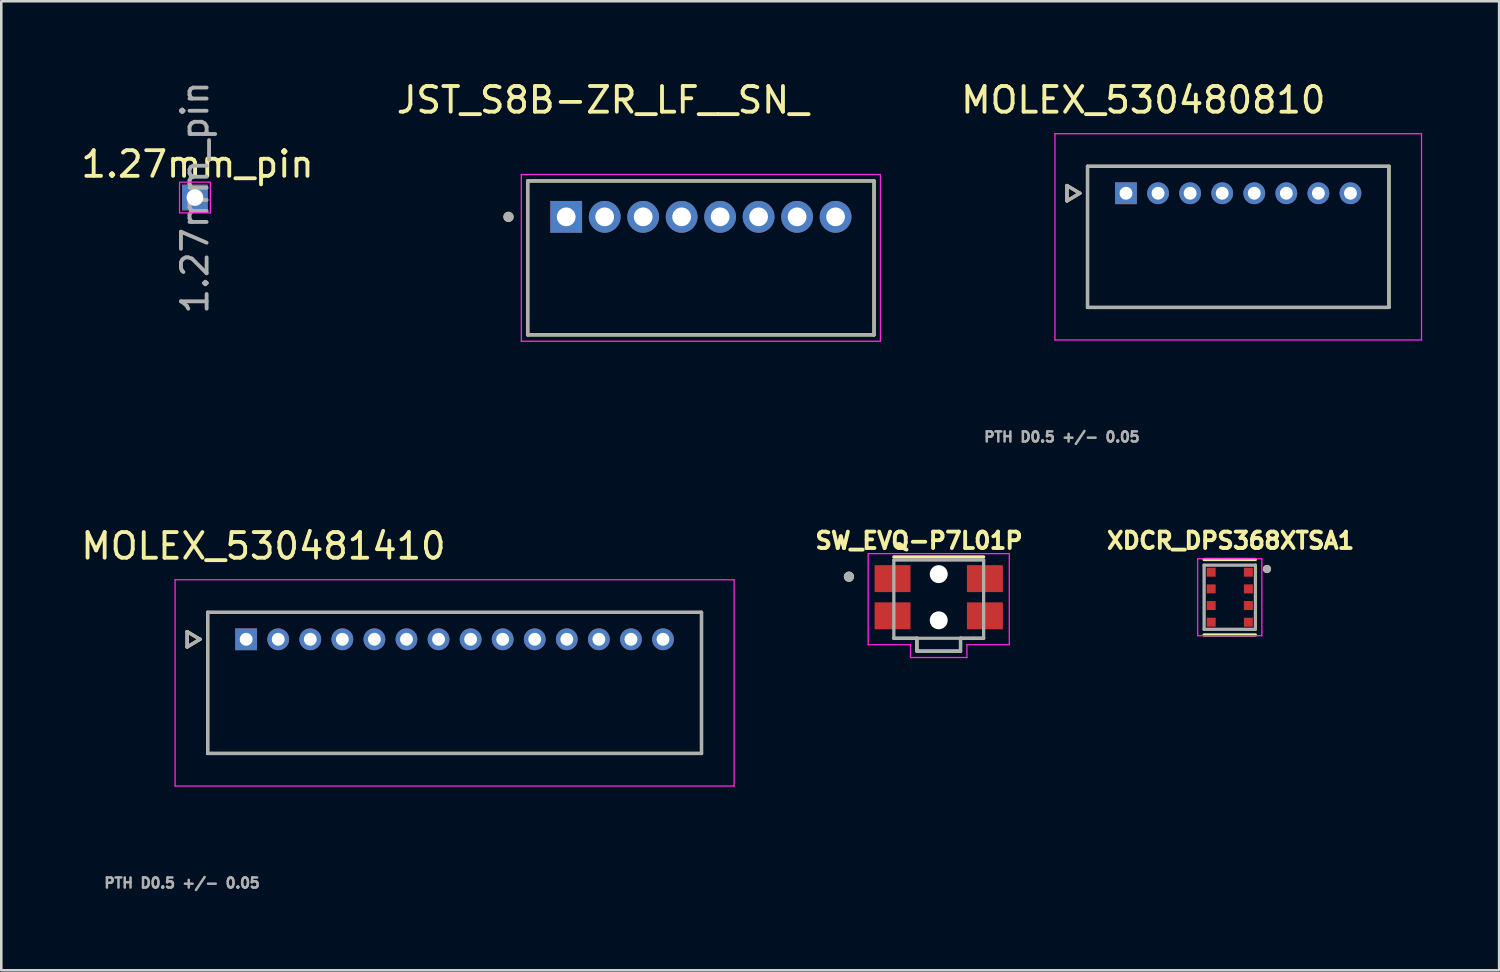
<source format=kicad_pcb>
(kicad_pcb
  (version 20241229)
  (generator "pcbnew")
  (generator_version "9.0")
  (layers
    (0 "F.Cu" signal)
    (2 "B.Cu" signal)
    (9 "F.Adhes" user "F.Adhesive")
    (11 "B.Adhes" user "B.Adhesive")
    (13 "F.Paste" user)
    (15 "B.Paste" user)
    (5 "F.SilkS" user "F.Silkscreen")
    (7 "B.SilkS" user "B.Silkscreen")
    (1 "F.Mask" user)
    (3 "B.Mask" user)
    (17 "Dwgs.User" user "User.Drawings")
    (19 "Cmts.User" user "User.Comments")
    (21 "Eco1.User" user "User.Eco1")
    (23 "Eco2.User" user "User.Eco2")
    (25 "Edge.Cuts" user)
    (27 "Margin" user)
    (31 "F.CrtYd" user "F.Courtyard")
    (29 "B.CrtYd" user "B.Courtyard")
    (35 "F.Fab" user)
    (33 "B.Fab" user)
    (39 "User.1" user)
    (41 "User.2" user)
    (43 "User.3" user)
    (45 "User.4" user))
  (footprint "SW_EVQ-P7L01P"
    (layer "F.Cu")
    (at 33.542 20.23)
    (property "Reference" "SW_EVQ-P7L01P" (at -0.768 -2.206 0) (layer "F.SilkS") (effects (font (size 0.64 0.64) (thickness 0.15))))
    (attr smd)
    (fp_line (start -1.75 -1.57) (end 1.75 -1.57) (stroke (width 0.127) (type solid)) (layer "F.SilkS"))
    (fp_line (start -1.75 1.6) (end -0.85 1.6) (stroke (width 0.127) (type solid)) (layer "F.SilkS"))
    (fp_line (start -0.85 1.6) (end -0.85 2.1) (stroke (width 0.127) (type solid)) (layer "F.SilkS"))
    (fp_line (start -0.85 2.1) (end 0.85 2.1) (stroke (width 0.127) (type solid)) (layer "F.SilkS"))
    (fp_line (start 0.85 1.6) (end 1.75 1.6) (stroke (width 0.127) (type solid)) (layer "F.SilkS"))
    (fp_line (start 0.85 2.1) (end 0.85 1.6) (stroke (width 0.127) (type solid)) (layer "F.SilkS"))
    (fp_circle (center -3.5 -0.8) (end -3.4 -0.8) (stroke (width 0.2) (type solid)) (fill no) (layer "F.SilkS"))
    (fp_line (start -2.75 -1.7) (end 2.75 -1.7) (stroke (width 0.05) (type solid)) (layer "F.CrtYd"))
    (fp_line (start -2.75 1.85) (end -2.75 -1.7) (stroke (width 0.05) (type solid)) (layer "F.CrtYd"))
    (fp_line (start -1.1 1.85) (end -2.75 1.85) (stroke (width 0.05) (type solid)) (layer "F.CrtYd"))
    (fp_line (start -1.1 2.35) (end -1.1 1.85) (stroke (width 0.05) (type solid)) (layer "F.CrtYd"))
    (fp_line (start 1.1 1.85) (end 1.1 2.35) (stroke (width 0.05) (type solid)) (layer "F.CrtYd"))
    (fp_line (start 1.1 2.35) (end -1.1 2.35) (stroke (width 0.05) (type solid)) (layer "F.CrtYd"))
    (fp_line (start 2.75 -1.7) (end 2.75 1.85) (stroke (width 0.05) (type solid)) (layer "F.CrtYd"))
    (fp_line (start 2.75 1.85) (end 1.1 1.85) (stroke (width 0.05) (type solid)) (layer "F.CrtYd"))
    (fp_line (start -1.75 -1.45) (end 1.75 -1.45) (stroke (width 0.127) (type solid)) (layer "F.Fab"))
    (fp_line (start -1.75 1.6) (end -1.75 -1.45) (stroke (width 0.127) (type solid)) (layer "F.Fab"))
    (fp_line (start -0.85 1.6) (end -1.75 1.6) (stroke (width 0.127) (type solid)) (layer "F.Fab"))
    (fp_line (start -0.85 1.6) (end -0.85 2.1) (stroke (width 0.127) (type solid)) (layer "F.Fab"))
    (fp_line (start -0.85 2.1) (end 0.85 2.1) (stroke (width 0.127) (type solid)) (layer "F.Fab"))
    (fp_line (start 0.85 1.6) (end -0.85 1.6) (stroke (width 0.127) (type solid)) (layer "F.Fab"))
    (fp_line (start 0.85 2.1) (end 0.85 1.6) (stroke (width 0.127) (type solid)) (layer "F.Fab"))
    (fp_line (start 1.75 -1.45) (end 1.75 1.6) (stroke (width 0.127) (type solid)) (layer "F.Fab"))
    (fp_line (start 1.75 1.6) (end 0.85 1.6) (stroke (width 0.127) (type solid)) (layer "F.Fab"))
    (fp_circle (center -3.5 -0.8) (end -3.4 -0.8) (stroke (width 0.2) (type solid)) (fill no) (layer "F.Fab"))
    (pad "" np_thru_hole circle (at 0 -0.9) (size 0.7 0.7) (drill 0.7) (layers "*.Cu" "*.Mask"))
    (pad "" np_thru_hole circle (at 0 0.9) (size 0.7 0.7) (drill 0.7) (layers "*.Cu" "*.Mask"))
    (pad "1_1" smd rect (at -1.8 -0.725) (size 1.4 1.05) (layers "F.Cu" "F.Mask" "F.Paste"))
    (pad "1_2" smd rect (at 1.8 -0.725) (size 1.4 1.05) (layers "F.Cu" "F.Mask" "F.Paste"))
    (pad "2_1" smd rect (at -1.8 0.725) (size 1.4 1.05) (layers "F.Cu" "F.Mask" "F.Paste"))
    (pad "2_2" smd rect (at 1.8 0.725) (size 1.4 1.05) (layers "F.Cu" "F.Mask" "F.Paste")))
  (footprint "JST_S8B-ZR_LF__SN_"
    (layer "F.Cu")
    (at 24.271 7.003)
    (property "Reference" "JST_S8B-ZR_LF__SN_" (at -3.825 -6.155 0) (layer "F.SilkS") (effects (font (size 1 1) (thickness 0.15))))
    (attr through_hole)
    (fp_line (start -6.75 -3) (end -6.75 3) (stroke (width 0.127) (type solid)) (layer "F.SilkS"))
    (fp_line (start -6.75 3) (end 6.75 3) (stroke (width 0.127) (type solid)) (layer "F.SilkS"))
    (fp_line (start 6.75 -3) (end -6.75 -3) (stroke (width 0.127) (type solid)) (layer "F.SilkS"))
    (fp_line (start 6.75 3) (end 6.75 -3) (stroke (width 0.127) (type solid)) (layer "F.SilkS"))
    (fp_circle (center -7.5 -1.6) (end -7.4 -1.6) (stroke (width 0.2) (type solid)) (fill no) (layer "F.SilkS"))
    (fp_line (start -7 -3.25) (end -7 3.25) (stroke (width 0.05) (type solid)) (layer "F.CrtYd"))
    (fp_line (start -7 3.25) (end 7 3.25) (stroke (width 0.05) (type solid)) (layer "F.CrtYd"))
    (fp_line (start 7 -3.25) (end -7 -3.25) (stroke (width 0.05) (type solid)) (layer "F.CrtYd"))
    (fp_line (start 7 3.25) (end 7 -3.25) (stroke (width 0.05) (type solid)) (layer "F.CrtYd"))
    (fp_line (start -6.75 -3) (end -6.75 3) (stroke (width 0.127) (type solid)) (layer "F.Fab"))
    (fp_line (start -6.75 3) (end 6.75 3) (stroke (width 0.127) (type solid)) (layer "F.Fab"))
    (fp_line (start 6.75 -3) (end -6.75 -3) (stroke (width 0.127) (type solid)) (layer "F.Fab"))
    (fp_line (start 6.75 3) (end 6.75 -3) (stroke (width 0.127) (type solid)) (layer "F.Fab"))
    (fp_circle (center -7.5 -1.6) (end -7.4 -1.6) (stroke (width 0.2) (type solid)) (fill no) (layer "F.Fab"))
    (pad "1" thru_hole rect (at -5.25 -1.6) (size 1.238 1.238) (drill 0.73) (layers "*.Cu" "*.Mask"))
    (pad "2" thru_hole circle (at -3.75 -1.6) (size 1.238 1.238) (drill 0.73) (layers "*.Cu" "*.Mask"))
    (pad "3" thru_hole circle (at -2.25 -1.6) (size 1.238 1.238) (drill 0.73) (layers "*.Cu" "*.Mask"))
    (pad "4" thru_hole circle (at -0.75 -1.6) (size 1.238 1.238) (drill 0.73) (layers "*.Cu" "*.Mask"))
    (pad "5" thru_hole circle (at 0.75 -1.6) (size 1.238 1.238) (drill 0.73) (layers "*.Cu" "*.Mask"))
    (pad "6" thru_hole circle (at 2.25 -1.6) (size 1.238 1.238) (drill 0.73) (layers "*.Cu" "*.Mask"))
    (pad "7" thru_hole circle (at 3.75 -1.6) (size 1.238 1.238) (drill 0.73) (layers "*.Cu" "*.Mask"))
    (pad "8" thru_hole circle (at 5.25 -1.6) (size 1.238 1.238) (drill 0.73) (layers "*.Cu" "*.Mask")))
  (footprint "XDCR_DPS368XTSA1"
    (layer "F.Cu")
    (at 44.887 20.23)
    (property "Reference" "XDCR_DPS368XTSA1" (at 0.032 -2.206 0) (layer "F.SilkS") (effects (font (size 0.64 0.64) (thickness 0.15))))
    (attr smd)
    (fp_line (start -1 -1.47) (end 1 -1.47) (stroke (width 0.127) (type solid)) (layer "F.SilkS"))
    (fp_line (start -1 1.47) (end 1 1.47) (stroke (width 0.127) (type solid)) (layer "F.SilkS"))
    (fp_circle (center 1.45 -1.1) (end 1.53 -1.1) (stroke (width 0.16) (type solid)) (fill no) (layer "F.SilkS"))
    (fp_circle (center -0.725 -0.975) (end -0.637 -0.975) (stroke (width 0.175) (type solid)) (fill no) (layer "F.Paste"))
    (fp_circle (center -0.725 -0.325) (end -0.637 -0.325) (stroke (width 0.175) (type solid)) (fill no) (layer "F.Paste"))
    (fp_circle (center -0.725 0.325) (end -0.637 0.325) (stroke (width 0.175) (type solid)) (fill no) (layer "F.Paste"))
    (fp_circle (center -0.725 0.975) (end -0.637 0.975) (stroke (width 0.175) (type solid)) (fill no) (layer "F.Paste"))
    (fp_circle (center 0.725 -0.975) (end 0.812 -0.975) (stroke (width 0.175) (type solid)) (fill no) (layer "F.Paste"))
    (fp_circle (center 0.725 -0.325) (end 0.812 -0.325) (stroke (width 0.175) (type solid)) (fill no) (layer "F.Paste"))
    (fp_circle (center 0.725 0.325) (end 0.812 0.325) (stroke (width 0.175) (type solid)) (fill no) (layer "F.Paste"))
    (fp_circle (center 0.725 0.975) (end 0.812 0.975) (stroke (width 0.175) (type solid)) (fill no) (layer "F.Paste"))
    (fp_line (start -1.25 -1.5) (end 1.25 -1.5) (stroke (width 0.05) (type solid)) (layer "F.CrtYd"))
    (fp_line (start -1.25 1.5) (end -1.25 -1.5) (stroke (width 0.05) (type solid)) (layer "F.CrtYd"))
    (fp_line (start 1.25 -1.5) (end 1.25 1.5) (stroke (width 0.05) (type solid)) (layer "F.CrtYd"))
    (fp_line (start 1.25 1.5) (end -1.25 1.5) (stroke (width 0.05) (type solid)) (layer "F.CrtYd"))
    (fp_line (start -1 -1.25) (end 1 -1.25) (stroke (width 0.127) (type solid)) (layer "F.Fab"))
    (fp_line (start -1 1.25) (end -1 -1.25) (stroke (width 0.127) (type solid)) (layer "F.Fab"))
    (fp_line (start 1 -1.25) (end 1 1.25) (stroke (width 0.127) (type solid)) (layer "F.Fab"))
    (fp_line (start 1 1.25) (end -1 1.25) (stroke (width 0.127) (type solid)) (layer "F.Fab"))
    (fp_circle (center 1.45 -1.1) (end 1.53 -1.1) (stroke (width 0.16) (type solid)) (fill no) (layer "F.Fab"))
    (pad "1" smd rect (at 0.725 -0.975) (size 0.35 0.35) (layers "F.Cu" "F.Mask"))
    (pad "2" smd rect (at 0.725 -0.325) (size 0.35 0.35) (layers "F.Cu" "F.Mask"))
    (pad "3" smd rect (at 0.725 0.325) (size 0.35 0.35) (layers "F.Cu" "F.Mask"))
    (pad "4" smd rect (at 0.725 0.975) (size 0.35 0.35) (layers "F.Cu" "F.Mask"))
    (pad "5" smd rect (at -0.725 0.975) (size 0.35 0.35) (layers "F.Cu" "F.Mask"))
    (pad "6" smd rect (at -0.725 0.325) (size 0.35 0.35) (layers "F.Cu" "F.Mask"))
    (pad "7" smd rect (at -0.725 -0.325) (size 0.35 0.35) (layers "F.Cu" "F.Mask"))
    (pad "8" smd rect (at -0.725 -0.975) (size 0.35 0.35) (layers "F.Cu" "F.Mask")))
  (footprint "MOLEX_530481410"
    (layer "F.Cu")
    (at 6.545 21.87)
    (property "Reference" "MOLEX_530481410" (at 0.675 -3.635 0) (layer "F.SilkS") (effects (font (size 1 1) (thickness 0.15))))
    (attr through_hole)
    (fp_circle (center 1.25 0) (end 1.501 0) (stroke (width 0.501) (type solid)) (fill no) (layer "F.Mask"))
    (fp_circle (center 2.5 0) (end 2.751 0) (stroke (width 0.501) (type solid)) (fill no) (layer "F.Mask"))
    (fp_circle (center 3.75 0) (end 4.001 0) (stroke (width 0.501) (type solid)) (fill no) (layer "F.Mask"))
    (fp_circle (center 5 0) (end 5.251 0) (stroke (width 0.501) (type solid)) (fill no) (layer "F.Mask"))
    (fp_circle (center 6.25 0) (end 6.501 0) (stroke (width 0.501) (type solid)) (fill no) (layer "F.Mask"))
    (fp_circle (center 7.5 0) (end 7.751 0) (stroke (width 0.501) (type solid)) (fill no) (layer "F.Mask"))
    (fp_circle (center 8.75 0) (end 9.001 0) (stroke (width 0.501) (type solid)) (fill no) (layer "F.Mask"))
    (fp_circle (center 10 0) (end 10.251 0) (stroke (width 0.501) (type solid)) (fill no) (layer "F.Mask"))
    (fp_circle (center 11.25 0) (end 11.501 0) (stroke (width 0.501) (type solid)) (fill no) (layer "F.Mask"))
    (fp_circle (center 12.5 0) (end 12.751 0) (stroke (width 0.501) (type solid)) (fill no) (layer "F.Mask"))
    (fp_circle (center 13.75 0) (end 14.001 0) (stroke (width 0.501) (type solid)) (fill no) (layer "F.Mask"))
    (fp_circle (center 15 0) (end 15.251 0) (stroke (width 0.501) (type solid)) (fill no) (layer "F.Mask"))
    (fp_circle (center 16.25 0) (end 16.501 0) (stroke (width 0.501) (type solid)) (fill no) (layer "F.Mask"))
    (fp_poly (pts (xy -0.501 -0.501) (xy 0.501 -0.501) (xy 0.501 0.501) (xy -0.501 0.501)) (stroke (width 0.01) (type solid)) (fill yes) (layer "F.Mask"))
    (fp_circle (center 1.25 0) (end 1.501 0) (stroke (width 0.501) (type solid)) (fill no) (layer "B.Mask"))
    (fp_circle (center 2.5 0) (end 2.751 0) (stroke (width 0.501) (type solid)) (fill no) (layer "B.Mask"))
    (fp_circle (center 3.75 0) (end 4.001 0) (stroke (width 0.501) (type solid)) (fill no) (layer "B.Mask"))
    (fp_circle (center 5 0) (end 5.251 0) (stroke (width 0.501) (type solid)) (fill no) (layer "B.Mask"))
    (fp_circle (center 6.25 0) (end 6.501 0) (stroke (width 0.501) (type solid)) (fill no) (layer "B.Mask"))
    (fp_circle (center 7.5 0) (end 7.751 0) (stroke (width 0.501) (type solid)) (fill no) (layer "B.Mask"))
    (fp_circle (center 8.75 0) (end 9.001 0) (stroke (width 0.501) (type solid)) (fill no) (layer "B.Mask"))
    (fp_circle (center 10 0) (end 10.251 0) (stroke (width 0.501) (type solid)) (fill no) (layer "B.Mask"))
    (fp_circle (center 11.25 0) (end 11.501 0) (stroke (width 0.501) (type solid)) (fill no) (layer "B.Mask"))
    (fp_circle (center 12.5 0) (end 12.751 0) (stroke (width 0.501) (type solid)) (fill no) (layer "B.Mask"))
    (fp_circle (center 13.75 0) (end 14.001 0) (stroke (width 0.501) (type solid)) (fill no) (layer "B.Mask"))
    (fp_circle (center 15 0) (end 15.251 0) (stroke (width 0.501) (type solid)) (fill no) (layer "B.Mask"))
    (fp_circle (center 16.25 0) (end 16.501 0) (stroke (width 0.501) (type solid)) (fill no) (layer "B.Mask"))
    (fp_poly (pts (xy -0.501 -0.501) (xy 0.501 -0.501) (xy 0.501 0.501) (xy -0.501 0.501)) (stroke (width 0.01) (type solid)) (fill yes) (layer "B.Mask"))
    (fp_line (start -2.3 -0.3) (end -1.8 0) (stroke (width 0.127) (type solid)) (layer "F.SilkS"))
    (fp_line (start -2.3 0.3) (end -2.3 -0.3) (stroke (width 0.127) (type solid)) (layer "F.SilkS"))
    (fp_line (start -1.8 0) (end -2.3 0.3) (stroke (width 0.127) (type solid)) (layer "F.SilkS"))
    (fp_line (start -1.5 -1.05) (end 17.75 -1.05) (stroke (width 0.127) (type solid)) (layer "F.SilkS"))
    (fp_line (start -1.5 4.45) (end -1.5 -1.05) (stroke (width 0.127) (type solid)) (layer "F.SilkS"))
    (fp_line (start 17.75 -1.05) (end 17.75 4.45) (stroke (width 0.127) (type solid)) (layer "F.SilkS"))
    (fp_line (start 17.75 4.45) (end -1.5 4.45) (stroke (width 0.127) (type solid)) (layer "F.SilkS"))
    (fp_line (start -2.77 -2.32) (end 19.02 -2.32) (stroke (width 0.05) (type solid)) (layer "F.CrtYd"))
    (fp_line (start -2.77 5.72) (end -2.77 -2.32) (stroke (width 0.05) (type solid)) (layer "F.CrtYd"))
    (fp_line (start 19.02 -2.32) (end 19.02 5.72) (stroke (width 0.05) (type solid)) (layer "F.CrtYd"))
    (fp_line (start 19.02 5.72) (end -2.77 5.72) (stroke (width 0.05) (type solid)) (layer "F.CrtYd"))
    (fp_line (start -2.3 -0.3) (end -1.8 0) (stroke (width 0.127) (type solid)) (layer "F.Fab"))
    (fp_line (start -2.3 0.3) (end -2.3 -0.3) (stroke (width 0.127) (type solid)) (layer "F.Fab"))
    (fp_line (start -1.8 0) (end -2.3 0.3) (stroke (width 0.127) (type solid)) (layer "F.Fab"))
    (fp_line (start -1.5 -1.05) (end 17.75 -1.05) (stroke (width 0.127) (type solid)) (layer "F.Fab"))
    (fp_line (start -1.5 4.45) (end -1.5 -1.05) (stroke (width 0.127) (type solid)) (layer "F.Fab"))
    (fp_line (start 17.75 -1.05) (end 17.75 4.45) (stroke (width 0.127) (type solid)) (layer "F.Fab"))
    (fp_line (start 17.75 4.45) (end -1.5 4.45) (stroke (width 0.127) (type solid)) (layer "F.Fab"))
    (fp_text user "PTH D0.5 +/- 0.05" (at -2.5 9.5 0) (layer "F.Fab") (effects (font (size 0.394 0.394) (thickness 0.15))))
    (pad "1" thru_hole rect (at 0 0) (size 0.85 0.85) (drill 0.5) (layers "*.Cu"))
    (pad "2" thru_hole circle (at 1.25 0) (size 0.85 0.85) (drill 0.5) (layers "*.Cu"))
    (pad "3" thru_hole circle (at 2.5 0) (size 0.85 0.85) (drill 0.5) (layers "*.Cu"))
    (pad "4" thru_hole circle (at 3.75 0) (size 0.85 0.85) (drill 0.5) (layers "*.Cu"))
    (pad "5" thru_hole circle (at 5 0) (size 0.85 0.85) (drill 0.5) (layers "*.Cu"))
    (pad "6" thru_hole circle (at 6.25 0) (size 0.85 0.85) (drill 0.5) (layers "*.Cu"))
    (pad "7" thru_hole circle (at 7.5 0) (size 0.85 0.85) (drill 0.5) (layers "*.Cu"))
    (pad "8" thru_hole circle (at 8.75 0) (size 0.85 0.85) (drill 0.5) (layers "*.Cu"))
    (pad "9" thru_hole circle (at 10 0) (size 0.85 0.85) (drill 0.5) (layers "*.Cu"))
    (pad "10" thru_hole circle (at 11.25 0) (size 0.85 0.85) (drill 0.5) (layers "*.Cu"))
    (pad "11" thru_hole circle (at 12.5 0) (size 0.85 0.85) (drill 0.5) (layers "*.Cu"))
    (pad "12" thru_hole circle (at 13.75 0) (size 0.85 0.85) (drill 0.5) (layers "*.Cu"))
    (pad "13" thru_hole circle (at 15 0) (size 0.85 0.85) (drill 0.5) (layers "*.Cu"))
    (pad "14" thru_hole circle (at 16.25 0) (size 0.85 0.85) (drill 0.5) (layers "*.Cu")))
  (footprint "MOLEX_530480810"
    (layer "F.Cu")
    (at 40.842 4.483)
    (property "Reference" "MOLEX_530480810" (at 0.675 -3.635 0) (layer "F.SilkS") (effects (font (size 1 1) (thickness 0.15))))
    (attr through_hole)
    (fp_circle (center 1.25 0) (end 1.501 0) (stroke (width 0.501) (type solid)) (fill no) (layer "F.Mask"))
    (fp_circle (center 2.5 0) (end 2.751 0) (stroke (width 0.501) (type solid)) (fill no) (layer "F.Mask"))
    (fp_circle (center 3.75 0) (end 4.001 0) (stroke (width 0.501) (type solid)) (fill no) (layer "F.Mask"))
    (fp_circle (center 5 0) (end 5.251 0) (stroke (width 0.501) (type solid)) (fill no) (layer "F.Mask"))
    (fp_circle (center 6.25 0) (end 6.501 0) (stroke (width 0.501) (type solid)) (fill no) (layer "F.Mask"))
    (fp_circle (center 7.5 0) (end 7.751 0) (stroke (width 0.501) (type solid)) (fill no) (layer "F.Mask"))
    (fp_circle (center 8.75 0) (end 9.001 0) (stroke (width 0.501) (type solid)) (fill no) (layer "F.Mask"))
    (fp_poly (pts (xy -0.501 -0.501) (xy 0.501 -0.501) (xy 0.501 0.501) (xy -0.501 0.501)) (stroke (width 0.01) (type solid)) (fill yes) (layer "F.Mask"))
    (fp_circle (center 1.25 0) (end 1.501 0) (stroke (width 0.501) (type solid)) (fill no) (layer "B.Mask"))
    (fp_circle (center 2.5 0) (end 2.751 0) (stroke (width 0.501) (type solid)) (fill no) (layer "B.Mask"))
    (fp_circle (center 3.75 0) (end 4.001 0) (stroke (width 0.501) (type solid)) (fill no) (layer "B.Mask"))
    (fp_circle (center 5 0) (end 5.251 0) (stroke (width 0.501) (type solid)) (fill no) (layer "B.Mask"))
    (fp_circle (center 6.25 0) (end 6.501 0) (stroke (width 0.501) (type solid)) (fill no) (layer "B.Mask"))
    (fp_circle (center 7.5 0) (end 7.751 0) (stroke (width 0.501) (type solid)) (fill no) (layer "B.Mask"))
    (fp_circle (center 8.75 0) (end 9.001 0) (stroke (width 0.501) (type solid)) (fill no) (layer "B.Mask"))
    (fp_poly (pts (xy -0.501 -0.501) (xy 0.501 -0.501) (xy 0.501 0.501) (xy -0.501 0.501)) (stroke (width 0.01) (type solid)) (fill yes) (layer "B.Mask"))
    (fp_line (start -2.3 -0.3) (end -1.8 0) (stroke (width 0.127) (type solid)) (layer "F.SilkS"))
    (fp_line (start -2.3 0.3) (end -2.3 -0.3) (stroke (width 0.127) (type solid)) (layer "F.SilkS"))
    (fp_line (start -1.8 0) (end -2.3 0.3) (stroke (width 0.127) (type solid)) (layer "F.SilkS"))
    (fp_line (start -1.5 -1.05) (end 10.25 -1.05) (stroke (width 0.127) (type solid)) (layer "F.SilkS"))
    (fp_line (start -1.5 4.45) (end -1.5 -1.05) (stroke (width 0.127) (type solid)) (layer "F.SilkS"))
    (fp_line (start 10.25 -1.05) (end 10.25 4.45) (stroke (width 0.127) (type solid)) (layer "F.SilkS"))
    (fp_line (start 10.25 4.45) (end -1.5 4.45) (stroke (width 0.127) (type solid)) (layer "F.SilkS"))
    (fp_line (start -2.77 -2.32) (end 11.52 -2.32) (stroke (width 0.05) (type solid)) (layer "F.CrtYd"))
    (fp_line (start -2.77 5.72) (end -2.77 -2.32) (stroke (width 0.05) (type solid)) (layer "F.CrtYd"))
    (fp_line (start 11.52 -2.32) (end 11.52 5.72) (stroke (width 0.05) (type solid)) (layer "F.CrtYd"))
    (fp_line (start 11.52 5.72) (end -2.77 5.72) (stroke (width 0.05) (type solid)) (layer "F.CrtYd"))
    (fp_line (start -2.3 -0.3) (end -1.8 0) (stroke (width 0.127) (type solid)) (layer "F.Fab"))
    (fp_line (start -2.3 0.3) (end -2.3 -0.3) (stroke (width 0.127) (type solid)) (layer "F.Fab"))
    (fp_line (start -1.8 0) (end -2.3 0.3) (stroke (width 0.127) (type solid)) (layer "F.Fab"))
    (fp_line (start -1.5 -1.05) (end 10.25 -1.05) (stroke (width 0.127) (type solid)) (layer "F.Fab"))
    (fp_line (start -1.5 4.45) (end -1.5 -1.05) (stroke (width 0.127) (type solid)) (layer "F.Fab"))
    (fp_line (start 10.25 -1.05) (end 10.25 4.45) (stroke (width 0.127) (type solid)) (layer "F.Fab"))
    (fp_line (start 10.25 4.45) (end -1.5 4.45) (stroke (width 0.127) (type solid)) (layer "F.Fab"))
    (fp_text user "PTH D0.5 +/- 0.05" (at -2.5 9.5 0) (layer "F.Fab") (effects (font (size 0.394 0.394) (thickness 0.15))))
    (pad "1" thru_hole rect (at 0 0) (size 0.85 0.85) (drill 0.5) (layers "*.Cu"))
    (pad "2" thru_hole circle (at 1.25 0) (size 0.85 0.85) (drill 0.5) (layers "*.Cu"))
    (pad "3" thru_hole circle (at 2.5 0) (size 0.85 0.85) (drill 0.5) (layers "*.Cu"))
    (pad "4" thru_hole circle (at 3.75 0) (size 0.85 0.85) (drill 0.5) (layers "*.Cu"))
    (pad "5" thru_hole circle (at 5 0) (size 0.85 0.85) (drill 0.5) (layers "*.Cu"))
    (pad "6" thru_hole circle (at 6.25 0) (size 0.85 0.85) (drill 0.5) (layers "*.Cu"))
    (pad "7" thru_hole circle (at 7.5 0) (size 0.85 0.85) (drill 0.5) (layers "*.Cu"))
    (pad "8" thru_hole circle (at 8.75 0) (size 0.85 0.85) (drill 0.5) (layers "*.Cu")))
  (footprint "1.27mm_pin"
    (layer "F.Cu")
    (at 4.549 4.649)
    (property "Reference" "1.27mm_pin" (at 0.1 -1.3 0) (layer "F.SilkS") (effects (font (size 1 1) (thickness 0.15))))
    (attr through_hole)
    (fp_rect (start 0.6 -0.6) (end -0.6 0.6) (stroke (width 0.05) (type default)) (fill no) (layer "F.CrtYd"))
    (fp_text user "${REFERENCE}" (at 0 0 90) (layer "F.Fab") (effects (font (size 1 1) (thickness 0.15))))
    (pad "1" thru_hole rect (at 0 0) (size 1 1) (drill 0.65) (layers "*.Cu" "*.Mask")))
  (gr_rect
    (start -3 -3)
    (end 55.387 34.773)
    (stroke (width 0.1) (type default))
    (fill no)
    (layer "Edge.Cuts")))
</source>
